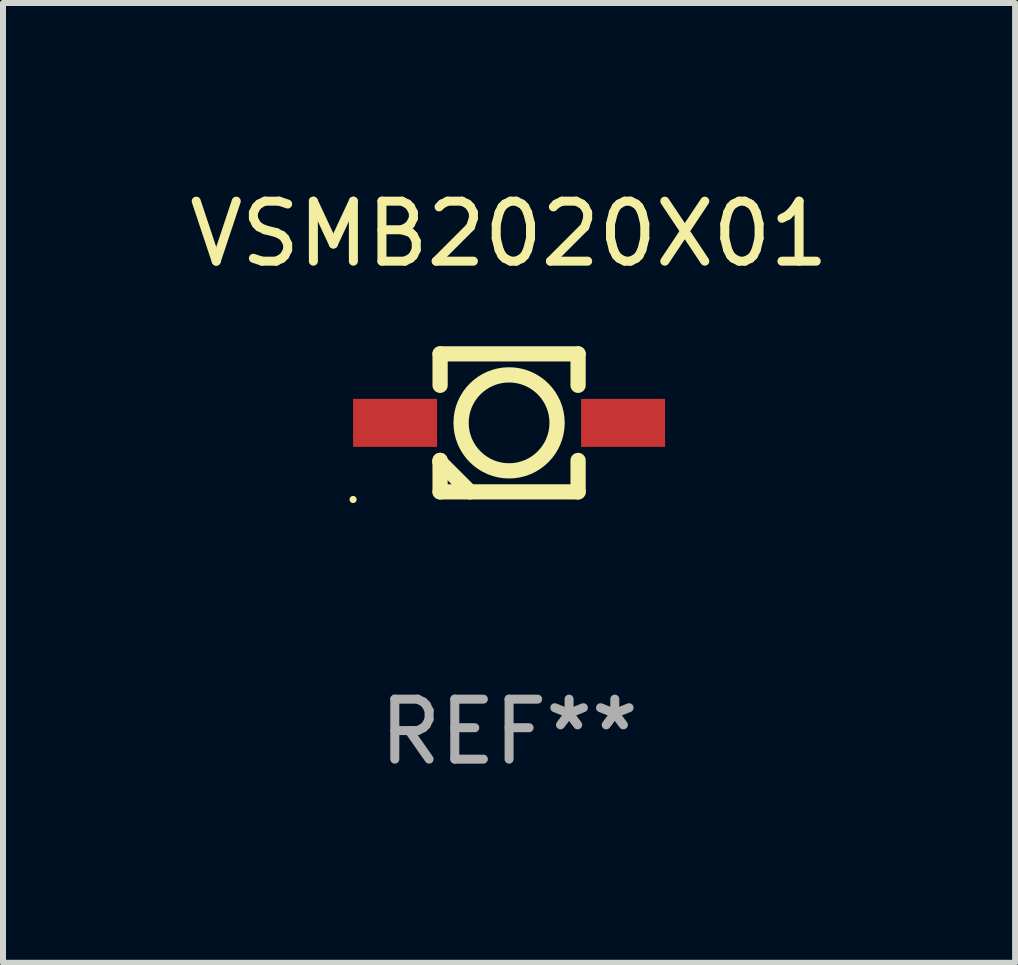
<source format=kicad_pcb>
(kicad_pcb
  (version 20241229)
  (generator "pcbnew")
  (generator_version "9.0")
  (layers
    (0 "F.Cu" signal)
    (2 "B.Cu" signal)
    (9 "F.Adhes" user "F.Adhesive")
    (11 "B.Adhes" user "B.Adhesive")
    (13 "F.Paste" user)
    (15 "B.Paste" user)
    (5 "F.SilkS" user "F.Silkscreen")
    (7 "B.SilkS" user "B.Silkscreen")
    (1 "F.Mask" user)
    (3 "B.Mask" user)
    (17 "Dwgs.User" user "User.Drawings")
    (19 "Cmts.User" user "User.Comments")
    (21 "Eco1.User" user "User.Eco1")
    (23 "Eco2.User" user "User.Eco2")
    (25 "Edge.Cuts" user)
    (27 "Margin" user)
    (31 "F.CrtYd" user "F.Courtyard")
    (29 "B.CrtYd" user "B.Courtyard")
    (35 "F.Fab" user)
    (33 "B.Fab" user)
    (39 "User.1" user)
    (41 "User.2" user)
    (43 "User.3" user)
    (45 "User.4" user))
  (footprint "VSMB2020X01"
    (layer "F.Cu")
    (at 5.435 3.998)
    (property "Reference" "VSMB2020X01" (at 0 -3.15 0) (layer "F.SilkS") (effects (font (size 1 1) (thickness 0.15))))
    (attr through_hole)
    (fp_line (start -1.15 -1.15) (end 1.15 -1.15) (stroke (width 0.254) (type solid)) (layer "F.SilkS"))
    (fp_line (start -1.15 -0.626) (end -1.15 -1.15) (stroke (width 0.254) (type solid)) (layer "F.SilkS"))
    (fp_line (start -1.15 0.626) (end -1.15 0.652) (stroke (width 0.254) (type solid)) (layer "F.SilkS"))
    (fp_line (start -1.15 0.652) (end -0.652 1.15) (stroke (width 0.254) (type solid)) (layer "F.SilkS"))
    (fp_line (start -1.15 1.15) (end -1.15 0.626) (stroke (width 0.254) (type solid)) (layer "F.SilkS"))
    (fp_line (start 1.15 -1.15) (end 1.15 -0.626) (stroke (width 0.254) (type solid)) (layer "F.SilkS"))
    (fp_line (start 1.15 0.626) (end 1.15 1.15) (stroke (width 0.254) (type solid)) (layer "F.SilkS"))
    (fp_line (start 1.15 1.15) (end -1.15 1.15) (stroke (width 0.254) (type solid)) (layer "F.SilkS"))
    (fp_circle (center -2.6 1.277) (end -2.57 1.277) (stroke (width 0.06) (type solid)) (fill no) (layer "F.SilkS"))
    (fp_circle (center 0 0) (end 0.8 0) (stroke (width 0.254) (type solid)) (fill no) (layer "F.SilkS"))
    (fp_text user "REF**" (at 0 5.15 0) (layer "F.Fab") (effects (font (size 1 1) (thickness 0.15))))
    (pad "1" smd rect (at -1.9 0) (size 1.4 0.8) (layers "F.Cu" "F.Mask" "F.Paste"))
    (pad "2" smd rect (at 1.9 0) (size 1.4 0.8) (layers "F.Cu" "F.Mask" "F.Paste")))
  (gr_rect
    (start -3 -3)
    (end 13.869 12.997)
    (stroke (width 0.1) (type default))
    (fill no)
    (layer "Edge.Cuts")))
</source>
